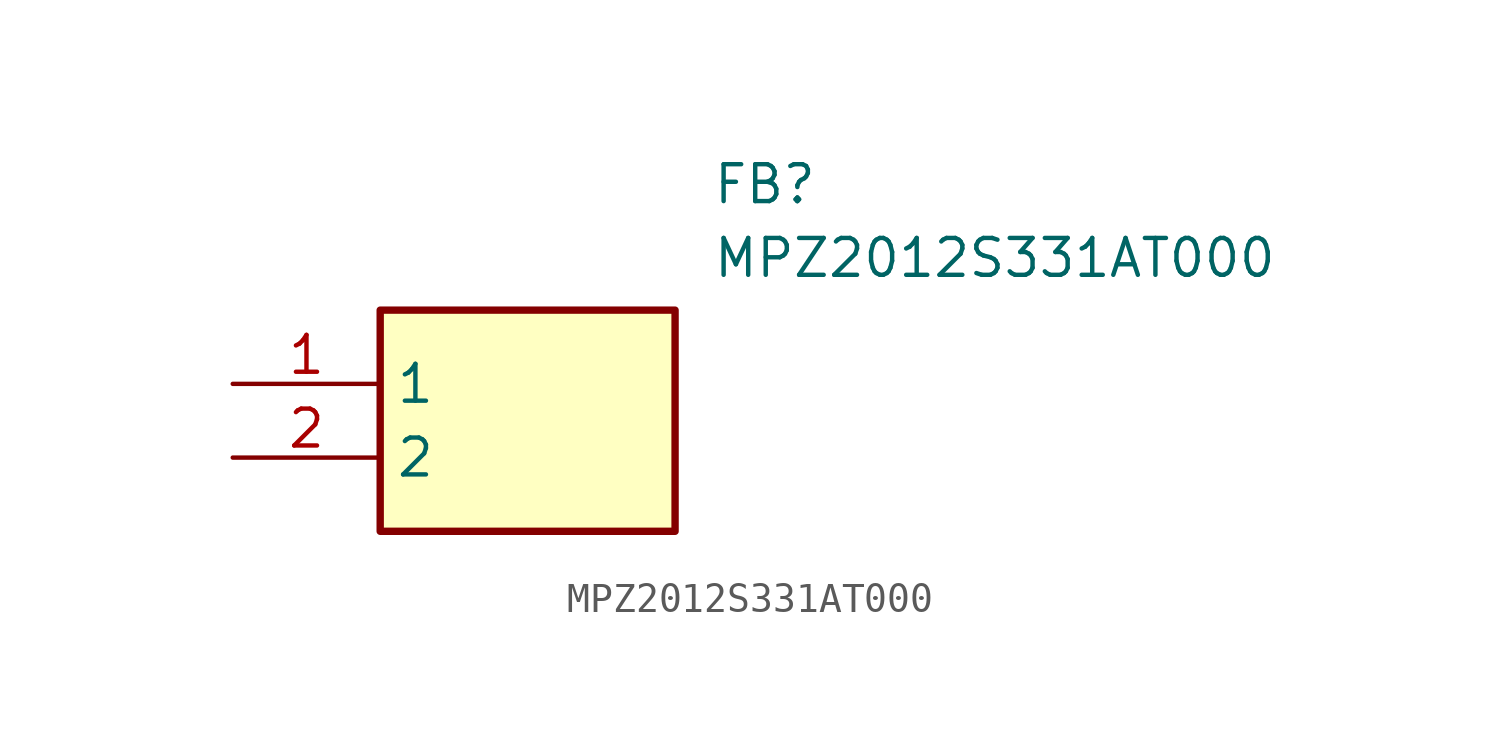
<source format=kicad_sym>
(kicad_symbol_lib
  (version 20211014)
  (generator SamacSys_ECAD_Model)
  (symbol "MPZ2012S331AT000"
    (property "Reference" "FB"
      (at 16.51 7.62 0)
      (effects (font (size 1.27 1.27)) (justify left top)))
    (property "Value" "MPZ2012S331AT000"
      (at 16.51 5.08 0)
      (effects (font (size 1.27 1.27)) (justify left top)))
    (rectangle
      (start 5.08 2.54)
      (end 15.24 -5.08)
      (stroke (width 0.254) (type default))
      (fill (type background)))
    (pin passive line
      (at 0 0 0)
      (length 5.08)
      (name "1" (effects (font (size 1.27 1.27))))
      (number "1" (effects (font (size 1.27 1.27)))))
    (pin passive line
      (at 0 -2.54 0)
      (length 5.08)
      (name "2" (effects (font (size 1.27 1.27))))
      (number "2" (effects (font (size 1.27 1.27)))))))
</source>
